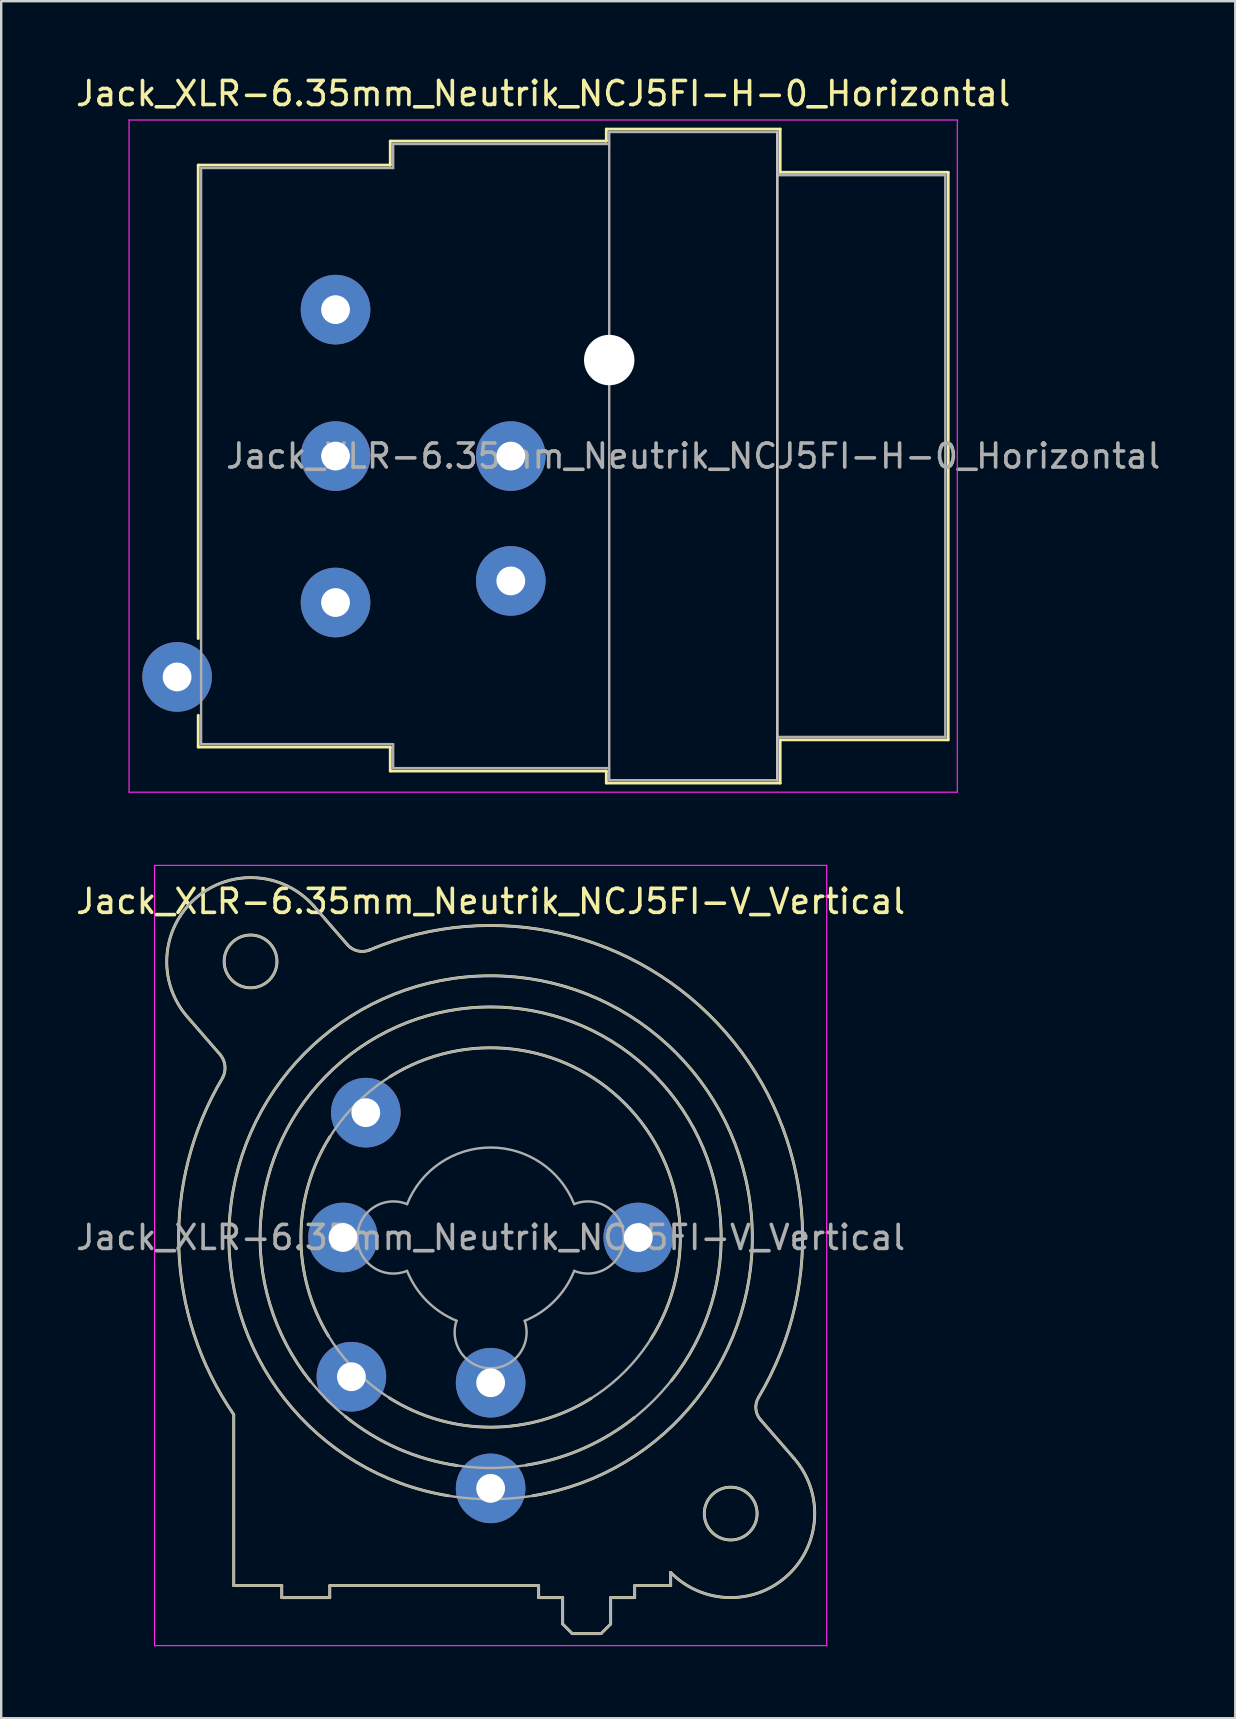
<source format=kicad_pcb>
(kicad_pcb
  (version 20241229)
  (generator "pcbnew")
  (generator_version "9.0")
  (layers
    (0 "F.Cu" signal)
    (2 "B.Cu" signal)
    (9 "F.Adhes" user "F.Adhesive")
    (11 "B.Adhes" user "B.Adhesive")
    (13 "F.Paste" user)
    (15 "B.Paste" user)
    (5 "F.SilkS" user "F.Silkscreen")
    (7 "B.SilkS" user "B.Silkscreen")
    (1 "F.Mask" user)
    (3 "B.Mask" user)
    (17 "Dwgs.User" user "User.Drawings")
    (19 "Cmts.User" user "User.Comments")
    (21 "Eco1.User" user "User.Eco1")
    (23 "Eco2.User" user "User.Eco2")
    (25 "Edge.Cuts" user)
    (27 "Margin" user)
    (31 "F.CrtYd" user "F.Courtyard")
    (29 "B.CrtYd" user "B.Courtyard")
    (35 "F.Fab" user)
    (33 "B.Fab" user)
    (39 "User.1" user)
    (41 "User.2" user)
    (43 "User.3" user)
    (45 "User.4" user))
  (footprint "Jack_XLR-6.35mm_Neutrik_NCJ5FI-V_Vertical"
    (layer "F.Cu")
    (at 23.537 48.498)
    (property "Reference" "Jack_XLR-6.35mm_Neutrik_NCJ5FI-V_Vertical" (at -6.15 -14 0) (layer "F.SilkS") (effects (font (size 1 1) (thickness 0.15))))
    (attr through_hole)
    (fp_line (start -17.4 -7.6) (end -18.79 -9.2) (stroke (width 0.12) (type solid)) (layer "F.SilkS"))
    (fp_line (start -16.85 14.5) (end -16.85 7.38) (stroke (width 0.12) (type solid)) (layer "F.SilkS"))
    (fp_line (start -14.85 14.5) (end -16.85 14.5) (stroke (width 0.12) (type solid)) (layer "F.SilkS"))
    (fp_line (start -14.85 14.5) (end -14.85 15) (stroke (width 0.12) (type solid)) (layer "F.SilkS"))
    (fp_line (start -13.51 -13.8) (end -12.11 -12.19) (stroke (width 0.12) (type solid)) (layer "F.SilkS"))
    (fp_line (start -12.85 14.5) (end -12.85 15) (stroke (width 0.12) (type solid)) (layer "F.SilkS"))
    (fp_line (start -12.85 15) (end -14.85 15) (stroke (width 0.12) (type solid)) (layer "F.SilkS"))
    (fp_line (start -4.15 14.5) (end -12.85 14.5) (stroke (width 0.12) (type solid)) (layer "F.SilkS"))
    (fp_line (start -4.15 14.5) (end -4.15 15) (stroke (width 0.12) (type solid)) (layer "F.SilkS"))
    (fp_line (start -3.15 15) (end -4.15 15) (stroke (width 0.12) (type solid)) (layer "F.SilkS"))
    (fp_line (start -3.15 15) (end -3.15 16.1) (stroke (width 0.12) (type solid)) (layer "F.SilkS"))
    (fp_line (start -3.15 16.1) (end -2.75 16.5) (stroke (width 0.12) (type solid)) (layer "F.SilkS"))
    (fp_line (start -1.55 16.5) (end -2.75 16.5) (stroke (width 0.12) (type solid)) (layer "F.SilkS"))
    (fp_line (start -1.15 15) (end -1.15 16.1) (stroke (width 0.12) (type solid)) (layer "F.SilkS"))
    (fp_line (start -1.15 16.1) (end -1.55 16.5) (stroke (width 0.12) (type solid)) (layer "F.SilkS"))
    (fp_line (start -0.15 14.5) (end -0.15 15) (stroke (width 0.12) (type solid)) (layer "F.SilkS"))
    (fp_line (start -0.15 15) (end -1.15 15) (stroke (width 0.12) (type solid)) (layer "F.SilkS"))
    (fp_line (start 1.35 13.95) (end 1.35 14.5) (stroke (width 0.12) (type solid)) (layer "F.SilkS"))
    (fp_line (start 1.35 14.5) (end -0.15 14.5) (stroke (width 0.12) (type solid)) (layer "F.SilkS"))
    (fp_line (start 5.1 7.6) (end 6.49 9.2) (stroke (width 0.12) (type solid)) (layer "F.SilkS"))
    (fp_arc (start -18.79 -9.2) (mid -18.45 -14.14) (end -13.51 -13.8) (stroke (width 0.12) (type solid)) (layer "F.SilkS"))
    (fp_arc (start -17.400452 -7.59955) (mid -17.216295 -7.14315) (end -17.31 -6.66) (stroke (width 0.12) (type solid)) (layer "F.SilkS"))
    (fp_arc (start -16.851206 7.374645) (mid -19.139261 0.42462) (end -17.31 -6.66) (stroke (width 0.12) (type solid)) (layer "F.SilkS"))
    (fp_arc (start -13.65 6) (mid -6.168408 -9.604669) (end 1.372943 5.971208) (stroke (width 0.12) (type solid)) (layer "F.SilkS"))
    (fp_arc (start -12.9 4.11) (mid -14.052663 -0.0501) (end -12.847348 -4.195251) (stroke (width 0.12) (type solid)) (layer "F.SilkS"))
    (fp_arc (start -11.201352 -11.974349) (mid 3.655031 -8.530097) (end 5.01 6.66) (stroke (width 0.12) (type solid)) (layer "F.SilkS"))
    (fp_arc (start -11.177539 -11.981856) (mid -11.677484 -11.93489) (end -12.11 -12.19) (stroke (width 0.12) (type solid)) (layer "F.SilkS"))
    (fp_arc (start -10.34 -6.7) (mid -0.544787 -5.570251) (end 0.523653 4.231839) (stroke (width 0.12) (type solid)) (layer "F.SilkS"))
    (fp_arc (start -7.9 10.76) (mid -6.152346 -10.90138) (end -4.395368 10.759246) (stroke (width 0.12) (type solid)) (layer "F.SilkS"))
    (fp_arc (start -7.55 9.5) (mid -10.007174 8.793873) (end -12.190932 7.464391) (stroke (width 0.12) (type solid)) (layer "F.SilkS"))
    (fp_arc (start -1.96 6.7) (mid -6.167825 7.902264) (end -10.370184 6.681029) (stroke (width 0.12) (type solid)) (layer "F.SilkS"))
    (fp_arc (start -0.16 7.5) (mid -2.282236 8.784674) (end -4.662837 9.482534) (stroke (width 0.12) (type solid)) (layer "F.SilkS"))
    (fp_arc (start 5.109394 7.611661) (mid 4.900255 7.152483) (end 5.01 6.66) (stroke (width 0.12) (type solid)) (layer "F.SilkS"))
    (fp_arc (start 6.49 9.2) (mid 6.227307 14.070606) (end 1.351052 13.95252) (stroke (width 0.12) (type solid)) (layer "F.SilkS"))
    (fp_circle (center -16.15 -11.5) (end -15.05 -11.5) (stroke (width 0.12) (type solid)) (fill no) (layer "F.SilkS"))
    (fp_circle (center 3.85 11.5) (end 4.95 11.5) (stroke (width 0.12) (type solid)) (fill no) (layer "F.SilkS"))
    (fp_line (start -20.15 -15.5) (end 7.85 -15.5) (stroke (width 0.05) (type solid)) (layer "F.CrtYd"))
    (fp_line (start -20.15 17) (end -20.15 -15.5) (stroke (width 0.05) (type solid)) (layer "F.CrtYd"))
    (fp_line (start 7.85 -15.5) (end 7.85 17) (stroke (width 0.05) (type solid)) (layer "F.CrtYd"))
    (fp_line (start 7.85 17) (end -20.15 17) (stroke (width 0.05) (type solid)) (layer "F.CrtYd"))
    (fp_line (start -17.4 -7.6) (end -18.79 -9.2) (stroke (width 0.1) (type solid)) (layer "F.Fab"))
    (fp_line (start -16.85 14.5) (end -16.85 7.38) (stroke (width 0.1) (type solid)) (layer "F.Fab"))
    (fp_line (start -14.85 14.5) (end -16.85 14.5) (stroke (width 0.1) (type solid)) (layer "F.Fab"))
    (fp_line (start -14.85 14.5) (end -14.85 15) (stroke (width 0.1) (type solid)) (layer "F.Fab"))
    (fp_line (start -13.51 -13.8) (end -12.11 -12.19) (stroke (width 0.1) (type solid)) (layer "F.Fab"))
    (fp_line (start -12.85 14.5) (end -12.85 15) (stroke (width 0.1) (type solid)) (layer "F.Fab"))
    (fp_line (start -12.85 15) (end -14.85 15) (stroke (width 0.1) (type solid)) (layer "F.Fab"))
    (fp_line (start -4.15 14.5) (end -12.85 14.5) (stroke (width 0.1) (type solid)) (layer "F.Fab"))
    (fp_line (start -4.15 14.5) (end -4.15 15) (stroke (width 0.1) (type solid)) (layer "F.Fab"))
    (fp_line (start -3.15 15) (end -4.15 15) (stroke (width 0.1) (type solid)) (layer "F.Fab"))
    (fp_line (start -3.15 15) (end -3.15 16.1) (stroke (width 0.1) (type solid)) (layer "F.Fab"))
    (fp_line (start -3.15 16.1) (end -2.75 16.5) (stroke (width 0.1) (type solid)) (layer "F.Fab"))
    (fp_line (start -1.55 16.5) (end -2.75 16.5) (stroke (width 0.1) (type solid)) (layer "F.Fab"))
    (fp_line (start -1.15 15) (end -1.15 16.1) (stroke (width 0.1) (type solid)) (layer "F.Fab"))
    (fp_line (start -1.15 16.1) (end -1.55 16.5) (stroke (width 0.1) (type solid)) (layer "F.Fab"))
    (fp_line (start -0.15 14.5) (end -0.15 15) (stroke (width 0.1) (type solid)) (layer "F.Fab"))
    (fp_line (start -0.15 15) (end -1.15 15) (stroke (width 0.1) (type solid)) (layer "F.Fab"))
    (fp_line (start 1.35 13.95) (end 1.35 14.5) (stroke (width 0.1) (type solid)) (layer "F.Fab"))
    (fp_line (start 1.35 14.5) (end -0.15 14.5) (stroke (width 0.1) (type solid)) (layer "F.Fab"))
    (fp_line (start 5.1 7.6) (end 6.49 9.2) (stroke (width 0.1) (type solid)) (layer "F.Fab"))
    (fp_arc (start -18.79 -9.2) (mid -18.45 -14.14) (end -13.51 -13.8) (stroke (width 0.1) (type solid)) (layer "F.Fab"))
    (fp_arc (start -17.400452 -7.59955) (mid -17.216295 -7.14315) (end -17.31 -6.66) (stroke (width 0.1) (type solid)) (layer "F.Fab"))
    (fp_arc (start -16.851206 7.374645) (mid -19.139261 0.42462) (end -17.31 -6.66) (stroke (width 0.1) (type solid)) (layer "F.Fab"))
    (fp_arc (start -11.201352 -11.974349) (mid 3.655031 -8.530097) (end 5.01 6.66) (stroke (width 0.1) (type solid)) (layer "F.Fab"))
    (fp_arc (start -11.177539 -11.981856) (mid -11.677484 -11.93489) (end -12.11 -12.19) (stroke (width 0.1) (type solid)) (layer "F.Fab"))
    (fp_arc (start -9.634717 1.391925) (mid -11.702329 -0.002547) (end -9.63 -1.39) (stroke (width 0.1) (type solid)) (layer "F.Fab"))
    (fp_arc (start -9.631116 -1.387204) (mid -6.151505 -3.747333) (end -2.67 -1.39) (stroke (width 0.1) (type solid)) (layer "F.Fab"))
    (fp_arc (start -7.567529 3.468878) (mid -8.810241 2.639246) (end -9.63 1.39) (stroke (width 0.1) (type solid)) (layer "F.Fab"))
    (fp_arc (start -4.729599 3.471189) (mid -6.150627 5.448932) (end -7.57 3.47) (stroke (width 0.1) (type solid)) (layer "F.Fab"))
    (fp_arc (start -2.667476 1.389002) (mid -3.487046 2.639314) (end -4.73 3.47) (stroke (width 0.1) (type solid)) (layer "F.Fab"))
    (fp_arc (start -2.665283 -1.391925) (mid -0.597671 0.002547) (end -2.67 1.39) (stroke (width 0.1) (type solid)) (layer "F.Fab"))
    (fp_arc (start 5.109394 7.611661) (mid 4.900255 7.152483) (end 5.01 6.66) (stroke (width 0.1) (type solid)) (layer "F.Fab"))
    (fp_arc (start 6.49 9.2) (mid 6.227307 14.070606) (end 1.351052 13.95252) (stroke (width 0.1) (type solid)) (layer "F.Fab"))
    (fp_circle (center -16.15 -11.5) (end -15.05 -11.5) (stroke (width 0.1) (type solid)) (fill no) (layer "F.Fab"))
    (fp_circle (center -6.15 0) (end 1.75 0) (stroke (width 0.1) (type solid)) (fill no) (layer "F.Fab"))
    (fp_circle (center -6.15 0) (end 3.45 0) (stroke (width 0.1) (type solid)) (fill no) (layer "F.Fab"))
    (fp_circle (center -6.15 0) (end 4.75 0) (stroke (width 0.1) (type solid)) (fill no) (layer "F.Fab"))
    (fp_circle (center 3.85 11.5) (end 4.95 11.5) (stroke (width 0.1) (type solid)) (fill no) (layer "F.Fab"))
    (fp_text user "${REFERENCE}" (at -6.15 0 0) (layer "F.Fab") (effects (font (size 1 1) (thickness 0.15))))
    (pad "1" thru_hole circle (at 0 0) (size 2.9 2.9) (drill 1.2) (layers "*.Cu" "*.Mask"))
    (pad "2" thru_hole circle (at -12.3 0) (size 2.9 2.9) (drill 1.2) (layers "*.Cu" "*.Mask"))
    (pad "3" thru_hole circle (at -6.15 6.05) (size 2.9 2.9) (drill 1.2) (layers "*.Cu" "*.Mask"))
    (pad "G" thru_hole circle (at -6.15 10.45) (size 2.9 2.9) (drill 1.2) (layers "*.Cu" "*.Mask"))
    (pad "S" thru_hole circle (at -11.95 5.8) (size 2.9 2.9) (drill 1.2) (layers "*.Cu" "*.Mask"))
    (pad "T" thru_hole circle (at -11.35 -5.2) (size 2.9 2.9) (drill 1.2) (layers "*.Cu" "*.Mask")))
  (footprint "Jack_XLR-6.35mm_Neutrik_NCJ5FI-H-0_Horizontal"
    (layer "F.Cu")
    (at 10.927 9.848)
    (property "Reference" "Jack_XLR-6.35mm_Neutrik_NCJ5FI-H-0_Horizontal" (at 8.65 -9 0) (layer "F.SilkS") (effects (font (size 1 1) (thickness 0.15))))
    (attr through_hole)
    (fp_line (start -5.72 -6.02) (end -5.72 13.7) (stroke (width 0.12) (type solid)) (layer "F.SilkS"))
    (fp_line (start -5.72 16.9) (end -5.72 18.22) (stroke (width 0.12) (type solid)) (layer "F.SilkS"))
    (fp_line (start 2.28 -7.02) (end 2.28 -6.02) (stroke (width 0.12) (type solid)) (layer "F.SilkS"))
    (fp_line (start 2.28 -6.02) (end -5.72 -6.02) (stroke (width 0.12) (type solid)) (layer "F.SilkS"))
    (fp_line (start 2.28 18.22) (end -5.72 18.22) (stroke (width 0.12) (type solid)) (layer "F.SilkS"))
    (fp_line (start 2.28 19.22) (end 2.28 18.22) (stroke (width 0.12) (type solid)) (layer "F.SilkS"))
    (fp_line (start 11.28 -7.02) (end 2.28 -7.02) (stroke (width 0.12) (type solid)) (layer "F.SilkS"))
    (fp_line (start 11.28 -7.02) (end 11.28 -7.52) (stroke (width 0.12) (type solid)) (layer "F.SilkS"))
    (fp_line (start 11.28 19.22) (end 2.28 19.22) (stroke (width 0.12) (type solid)) (layer "F.SilkS"))
    (fp_line (start 11.28 19.72) (end 11.28 19.22) (stroke (width 0.12) (type solid)) (layer "F.SilkS"))
    (fp_line (start 18.52 -7.52) (end 11.28 -7.52) (stroke (width 0.12) (type solid)) (layer "F.SilkS"))
    (fp_line (start 18.52 -7.52) (end 18.52 -5.72) (stroke (width 0.12) (type solid)) (layer "F.SilkS"))
    (fp_line (start 18.52 -5.72) (end 25.52 -5.72) (stroke (width 0.12) (type solid)) (layer "F.SilkS"))
    (fp_line (start 18.52 17.92) (end 18.52 19.72) (stroke (width 0.12) (type solid)) (layer "F.SilkS"))
    (fp_line (start 18.52 17.92) (end 25.52 17.92) (stroke (width 0.12) (type solid)) (layer "F.SilkS"))
    (fp_line (start 18.52 19.72) (end 11.28 19.72) (stroke (width 0.12) (type solid)) (layer "F.SilkS"))
    (fp_line (start 25.52 -5.72) (end 25.52 17.92) (stroke (width 0.12) (type solid)) (layer "F.SilkS"))
    (fp_line (start 18.4 -7.4) (end 18.4 19.6) (stroke (width 0.1) (type solid)) (layer "Dwgs.User"))
    (fp_line (start -8.6 -7.9) (end -8.6 20.1) (stroke (width 0.05) (type solid)) (layer "F.CrtYd"))
    (fp_line (start 25.9 -7.9) (end -8.6 -7.9) (stroke (width 0.05) (type solid)) (layer "F.CrtYd"))
    (fp_line (start 25.9 -7.9) (end 25.9 20.1) (stroke (width 0.05) (type solid)) (layer "F.CrtYd"))
    (fp_line (start 25.9 20.1) (end -8.6 20.1) (stroke (width 0.05) (type solid)) (layer "F.CrtYd"))
    (fp_line (start -5.6 -5.9) (end -5.6 18.1) (stroke (width 0.1) (type solid)) (layer "F.Fab"))
    (fp_line (start -5.6 18.1) (end 2.4 18.1) (stroke (width 0.1) (type solid)) (layer "F.Fab"))
    (fp_line (start 2.4 -6.9) (end 2.4 -5.9) (stroke (width 0.1) (type solid)) (layer "F.Fab"))
    (fp_line (start 2.4 -5.9) (end -5.6 -5.9) (stroke (width 0.1) (type solid)) (layer "F.Fab"))
    (fp_line (start 2.4 18.1) (end 2.4 19.1) (stroke (width 0.1) (type solid)) (layer "F.Fab"))
    (fp_line (start 2.4 19.1) (end 11.4 19.1) (stroke (width 0.1) (type solid)) (layer "F.Fab"))
    (fp_line (start 11.4 -7.4) (end 18.4 -7.4) (stroke (width 0.1) (type solid)) (layer "F.Fab"))
    (fp_line (start 11.4 -6.9) (end 2.4 -6.9) (stroke (width 0.1) (type solid)) (layer "F.Fab"))
    (fp_line (start 11.4 19.6) (end 11.4 -7.4) (stroke (width 0.1) (type solid)) (layer "F.Fab"))
    (fp_line (start 18.4 -7.4) (end 18.4 19.6) (stroke (width 0.1) (type solid)) (layer "F.Fab"))
    (fp_line (start 18.4 -5.6) (end 25.4 -5.6) (stroke (width 0.1) (type solid)) (layer "F.Fab"))
    (fp_line (start 18.4 19.6) (end 11.4 19.6) (stroke (width 0.1) (type solid)) (layer "F.Fab"))
    (fp_line (start 25.4 -5.6) (end 25.4 17.8) (stroke (width 0.1) (type solid)) (layer "F.Fab"))
    (fp_line (start 25.4 17.8) (end 18.4 17.8) (stroke (width 0.1) (type solid)) (layer "F.Fab"))
    (fp_text user "${REFERENCE}" (at 14.9 6.1 0) (layer "F.Fab") (effects (font (size 1 1) (thickness 0.15))))
    (pad "" np_thru_hole circle (at 11.4 2.1) (size 2.1 2.1) (drill 2.1) (layers "*.Cu" "*.Mask"))
    (pad "1" thru_hole circle (at 0 0) (size 2.9 2.9) (drill 1.2) (layers "*.Cu" "*.Mask"))
    (pad "2" thru_hole circle (at 0 12.2) (size 2.9 2.9) (drill 1.2) (layers "*.Cu" "*.Mask"))
    (pad "3" thru_hole circle (at 0 6.1) (size 2.9 2.9) (drill 1.2) (layers "*.Cu" "*.Mask"))
    (pad "G" thru_hole circle (at 7.3 6.1) (size 2.9 2.9) (drill 1.2) (layers "*.Cu" "*.Mask"))
    (pad "S" thru_hole circle (at 7.3 11.3) (size 2.9 2.9) (drill 1.2) (layers "*.Cu" "*.Mask"))
    (pad "T" thru_hole circle (at -6.6 15.3) (size 2.9 2.9) (drill 1.2) (layers "*.Cu" "*.Mask")))
  (gr_rect
    (start -3 -3)
    (end 48.405 68.523)
    (stroke (width 0.1) (type default))
    (fill no)
    (layer "Edge.Cuts")))
</source>
